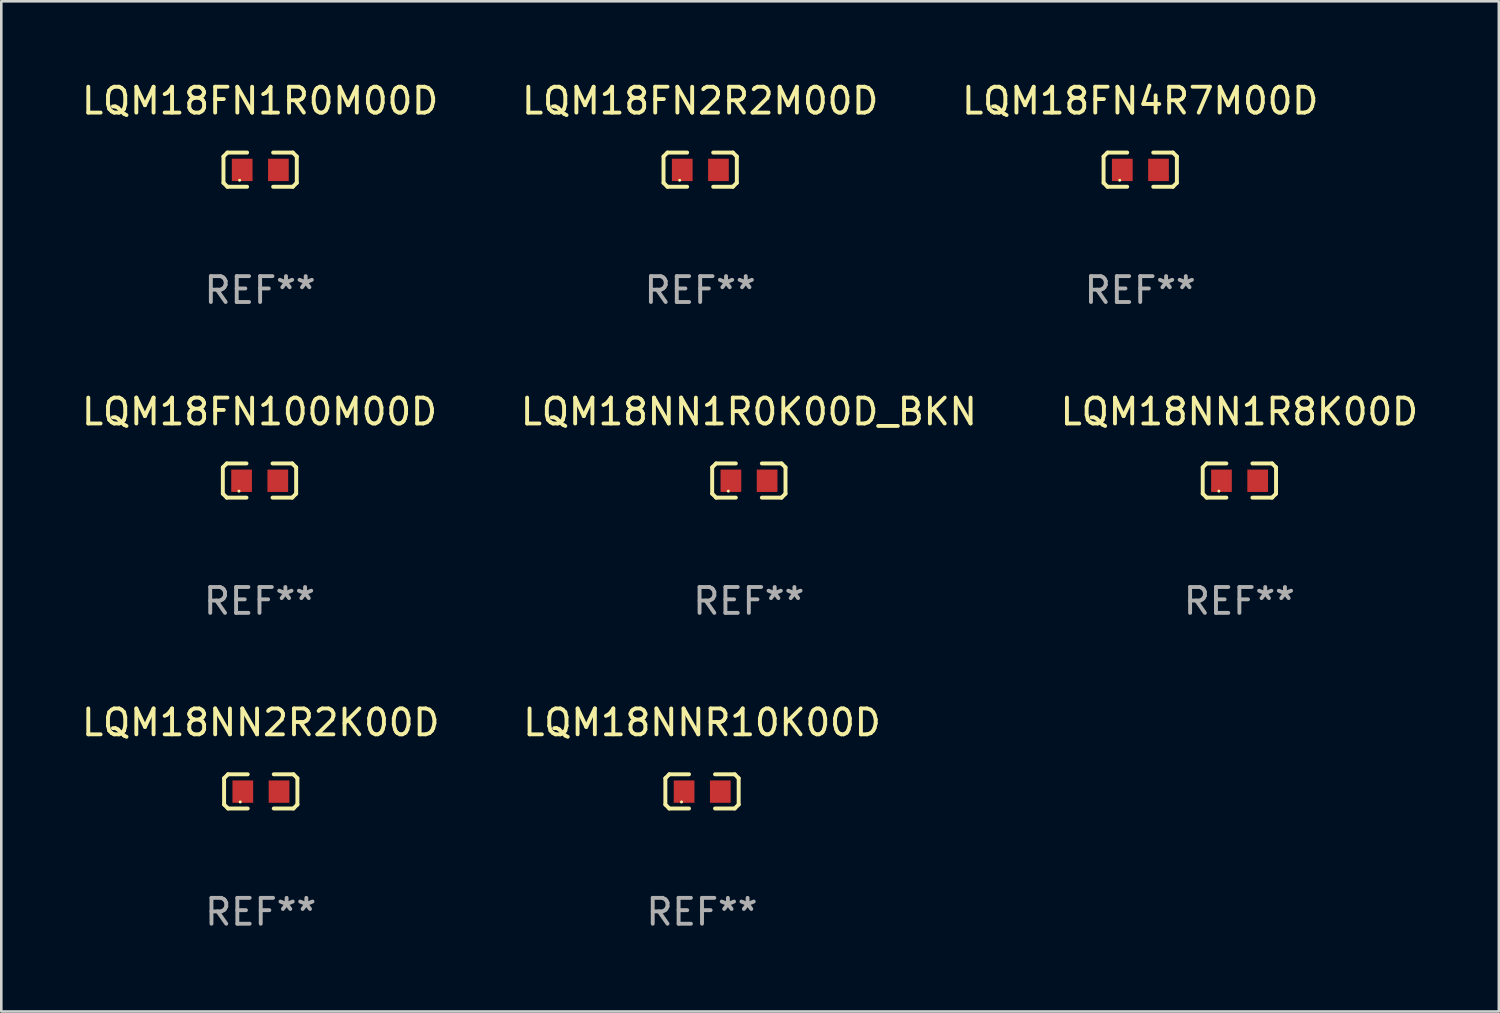
<source format=kicad_pcb>
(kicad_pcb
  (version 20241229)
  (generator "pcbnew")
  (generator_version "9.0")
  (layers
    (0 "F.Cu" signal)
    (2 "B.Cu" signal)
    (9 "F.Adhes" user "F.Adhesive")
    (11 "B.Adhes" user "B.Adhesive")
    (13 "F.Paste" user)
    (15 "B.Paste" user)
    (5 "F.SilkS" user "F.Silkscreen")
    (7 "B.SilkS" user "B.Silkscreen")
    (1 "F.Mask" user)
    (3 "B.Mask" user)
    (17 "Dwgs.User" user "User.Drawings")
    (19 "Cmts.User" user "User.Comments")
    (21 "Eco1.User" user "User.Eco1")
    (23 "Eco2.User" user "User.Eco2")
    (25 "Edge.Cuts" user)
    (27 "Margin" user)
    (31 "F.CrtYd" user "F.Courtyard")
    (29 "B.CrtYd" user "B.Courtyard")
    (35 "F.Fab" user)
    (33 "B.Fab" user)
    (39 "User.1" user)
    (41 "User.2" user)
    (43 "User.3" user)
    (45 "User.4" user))
  (footprint "LQM18NN2R2K00D"
    (layer "F.Cu")
    (at 7.03 27.544)
    (property "Reference" "LQM18NN2R2K00D" (at 0 -2.661 0) (layer "F.SilkS") (effects (font (size 1 1) (thickness 0.15))))
    (attr through_hole)
    (fp_line (start -1.417 -0.508) (end -1.265 -0.661) (stroke (width 0.152) (type solid)) (layer "F.SilkS"))
    (fp_line (start -1.417 0.508) (end -1.417 -0.508) (stroke (width 0.152) (type solid)) (layer "F.SilkS"))
    (fp_line (start -1.265 -0.661) (end -0.503 -0.661) (stroke (width 0.152) (type solid)) (layer "F.SilkS"))
    (fp_line (start -1.265 0.661) (end -1.417 0.508) (stroke (width 0.152) (type solid)) (layer "F.SilkS"))
    (fp_line (start -1.265 0.661) (end -0.503 0.661) (stroke (width 0.152) (type solid)) (layer "F.SilkS"))
    (fp_line (start 1.265 -0.661) (end 0.503 -0.661) (stroke (width 0.152) (type solid)) (layer "F.SilkS"))
    (fp_line (start 1.265 -0.661) (end 1.417 -0.508) (stroke (width 0.152) (type solid)) (layer "F.SilkS"))
    (fp_line (start 1.265 0.661) (end 0.503 0.661) (stroke (width 0.152) (type solid)) (layer "F.SilkS"))
    (fp_line (start 1.417 -0.508) (end 1.417 0.508) (stroke (width 0.152) (type solid)) (layer "F.SilkS"))
    (fp_line (start 1.417 0.508) (end 1.265 0.661) (stroke (width 0.152) (type solid)) (layer "F.SilkS"))
    (fp_circle (center -0.793 0.409) (end -0.763 0.409) (stroke (width 0.06) (type solid)) (fill no) (layer "F.SilkS"))
    (fp_text user "REF**" (at 0 4.661 0) (layer "F.Fab") (effects (font (size 1 1) (thickness 0.15))))
    (pad "1" smd rect (at -0.693 0.009 180) (size 0.8 0.864) (layers "F.Cu" "F.Mask" "F.Paste"))
    (pad "2" smd rect (at 0.707 0.009 180) (size 0.8 0.864) (layers "F.Cu" "F.Mask" "F.Paste")))
  (footprint "LQM18NN1R0K00D_BKN"
    (layer "F.Cu")
    (at 25.899 15.527)
    (property "Reference" "LQM18NN1R0K00D_BKN" (at 0 -2.661 0) (layer "F.SilkS") (effects (font (size 1 1) (thickness 0.15))))
    (attr through_hole)
    (fp_line (start -1.417 -0.508) (end -1.265 -0.661) (stroke (width 0.152) (type solid)) (layer "F.SilkS"))
    (fp_line (start -1.417 0.508) (end -1.417 -0.508) (stroke (width 0.152) (type solid)) (layer "F.SilkS"))
    (fp_line (start -1.265 -0.661) (end -0.503 -0.661) (stroke (width 0.152) (type solid)) (layer "F.SilkS"))
    (fp_line (start -1.265 0.661) (end -1.417 0.508) (stroke (width 0.152) (type solid)) (layer "F.SilkS"))
    (fp_line (start -1.265 0.661) (end -0.503 0.661) (stroke (width 0.152) (type solid)) (layer "F.SilkS"))
    (fp_line (start 1.265 -0.661) (end 0.503 -0.661) (stroke (width 0.152) (type solid)) (layer "F.SilkS"))
    (fp_line (start 1.265 -0.661) (end 1.417 -0.508) (stroke (width 0.152) (type solid)) (layer "F.SilkS"))
    (fp_line (start 1.265 0.661) (end 0.503 0.661) (stroke (width 0.152) (type solid)) (layer "F.SilkS"))
    (fp_line (start 1.417 -0.508) (end 1.417 0.508) (stroke (width 0.152) (type solid)) (layer "F.SilkS"))
    (fp_line (start 1.417 0.508) (end 1.265 0.661) (stroke (width 0.152) (type solid)) (layer "F.SilkS"))
    (fp_circle (center -0.793 0.409) (end -0.763 0.409) (stroke (width 0.06) (type solid)) (fill no) (layer "F.SilkS"))
    (fp_text user "REF**" (at 0 4.661 0) (layer "F.Fab") (effects (font (size 1 1) (thickness 0.15))))
    (pad "1" smd rect (at -0.693 0.009 180) (size 0.8 0.864) (layers "F.Cu" "F.Mask" "F.Paste"))
    (pad "2" smd rect (at 0.707 0.009 180) (size 0.8 0.864) (layers "F.Cu" "F.Mask" "F.Paste")))
  (footprint "LQM18FN4R7M00D"
    (layer "F.Cu")
    (at 41.03 3.509)
    (property "Reference" "LQM18FN4R7M00D" (at 0 -2.661 0) (layer "F.SilkS") (effects (font (size 1 1) (thickness 0.15))))
    (attr through_hole)
    (fp_line (start -1.417 -0.508) (end -1.265 -0.661) (stroke (width 0.152) (type solid)) (layer "F.SilkS"))
    (fp_line (start -1.417 0.508) (end -1.417 -0.508) (stroke (width 0.152) (type solid)) (layer "F.SilkS"))
    (fp_line (start -1.265 -0.661) (end -0.503 -0.661) (stroke (width 0.152) (type solid)) (layer "F.SilkS"))
    (fp_line (start -1.265 0.661) (end -1.417 0.508) (stroke (width 0.152) (type solid)) (layer "F.SilkS"))
    (fp_line (start -1.265 0.661) (end -0.503 0.661) (stroke (width 0.152) (type solid)) (layer "F.SilkS"))
    (fp_line (start 1.265 -0.661) (end 0.503 -0.661) (stroke (width 0.152) (type solid)) (layer "F.SilkS"))
    (fp_line (start 1.265 -0.661) (end 1.417 -0.508) (stroke (width 0.152) (type solid)) (layer "F.SilkS"))
    (fp_line (start 1.265 0.661) (end 0.503 0.661) (stroke (width 0.152) (type solid)) (layer "F.SilkS"))
    (fp_line (start 1.417 -0.508) (end 1.417 0.508) (stroke (width 0.152) (type solid)) (layer "F.SilkS"))
    (fp_line (start 1.417 0.508) (end 1.265 0.661) (stroke (width 0.152) (type solid)) (layer "F.SilkS"))
    (fp_circle (center -0.793 0.409) (end -0.763 0.409) (stroke (width 0.06) (type solid)) (fill no) (layer "F.SilkS"))
    (fp_text user "REF**" (at 0 4.661 0) (layer "F.Fab") (effects (font (size 1 1) (thickness 0.15))))
    (pad "1" smd rect (at -0.693 0.009 180) (size 0.8 0.864) (layers "F.Cu" "F.Mask" "F.Paste"))
    (pad "2" smd rect (at 0.707 0.009 180) (size 0.8 0.864) (layers "F.Cu" "F.Mask" "F.Paste")))
  (footprint "LQM18FN1R0M00D"
    (layer "F.Cu")
    (at 7.006 3.509)
    (property "Reference" "LQM18FN1R0M00D" (at 0 -2.661 0) (layer "F.SilkS") (effects (font (size 1 1) (thickness 0.15))))
    (attr through_hole)
    (fp_line (start -1.417 -0.508) (end -1.265 -0.661) (stroke (width 0.152) (type solid)) (layer "F.SilkS"))
    (fp_line (start -1.417 0.508) (end -1.417 -0.508) (stroke (width 0.152) (type solid)) (layer "F.SilkS"))
    (fp_line (start -1.265 -0.661) (end -0.503 -0.661) (stroke (width 0.152) (type solid)) (layer "F.SilkS"))
    (fp_line (start -1.265 0.661) (end -1.417 0.508) (stroke (width 0.152) (type solid)) (layer "F.SilkS"))
    (fp_line (start -1.265 0.661) (end -0.503 0.661) (stroke (width 0.152) (type solid)) (layer "F.SilkS"))
    (fp_line (start 1.265 -0.661) (end 0.503 -0.661) (stroke (width 0.152) (type solid)) (layer "F.SilkS"))
    (fp_line (start 1.265 -0.661) (end 1.417 -0.508) (stroke (width 0.152) (type solid)) (layer "F.SilkS"))
    (fp_line (start 1.265 0.661) (end 0.503 0.661) (stroke (width 0.152) (type solid)) (layer "F.SilkS"))
    (fp_line (start 1.417 -0.508) (end 1.417 0.508) (stroke (width 0.152) (type solid)) (layer "F.SilkS"))
    (fp_line (start 1.417 0.508) (end 1.265 0.661) (stroke (width 0.152) (type solid)) (layer "F.SilkS"))
    (fp_circle (center -0.793 0.409) (end -0.763 0.409) (stroke (width 0.06) (type solid)) (fill no) (layer "F.SilkS"))
    (fp_text user "REF**" (at 0 4.661 0) (layer "F.Fab") (effects (font (size 1 1) (thickness 0.15))))
    (pad "1" smd rect (at -0.693 0.009 180) (size 0.8 0.864) (layers "F.Cu" "F.Mask" "F.Paste"))
    (pad "2" smd rect (at 0.707 0.009 180) (size 0.8 0.864) (layers "F.Cu" "F.Mask" "F.Paste")))
  (footprint "LQM18FN100M00D"
    (layer "F.Cu")
    (at 6.982 15.527)
    (property "Reference" "LQM18FN100M00D" (at 0 -2.661 0) (layer "F.SilkS") (effects (font (size 1 1) (thickness 0.15))))
    (attr through_hole)
    (fp_line (start -1.417 -0.508) (end -1.265 -0.661) (stroke (width 0.152) (type solid)) (layer "F.SilkS"))
    (fp_line (start -1.417 0.508) (end -1.417 -0.508) (stroke (width 0.152) (type solid)) (layer "F.SilkS"))
    (fp_line (start -1.265 -0.661) (end -0.503 -0.661) (stroke (width 0.152) (type solid)) (layer "F.SilkS"))
    (fp_line (start -1.265 0.661) (end -1.417 0.508) (stroke (width 0.152) (type solid)) (layer "F.SilkS"))
    (fp_line (start -1.265 0.661) (end -0.503 0.661) (stroke (width 0.152) (type solid)) (layer "F.SilkS"))
    (fp_line (start 1.265 -0.661) (end 0.503 -0.661) (stroke (width 0.152) (type solid)) (layer "F.SilkS"))
    (fp_line (start 1.265 -0.661) (end 1.417 -0.508) (stroke (width 0.152) (type solid)) (layer "F.SilkS"))
    (fp_line (start 1.265 0.661) (end 0.503 0.661) (stroke (width 0.152) (type solid)) (layer "F.SilkS"))
    (fp_line (start 1.417 -0.508) (end 1.417 0.508) (stroke (width 0.152) (type solid)) (layer "F.SilkS"))
    (fp_line (start 1.417 0.508) (end 1.265 0.661) (stroke (width 0.152) (type solid)) (layer "F.SilkS"))
    (fp_circle (center -0.793 0.409) (end -0.763 0.409) (stroke (width 0.06) (type solid)) (fill no) (layer "F.SilkS"))
    (fp_text user "REF**" (at 0 4.661 0) (layer "F.Fab") (effects (font (size 1 1) (thickness 0.15))))
    (pad "1" smd rect (at -0.693 0.009 180) (size 0.8 0.864) (layers "F.Cu" "F.Mask" "F.Paste"))
    (pad "2" smd rect (at 0.707 0.009 180) (size 0.8 0.864) (layers "F.Cu" "F.Mask" "F.Paste")))
  (footprint "LQM18FN2R2M00D"
    (layer "F.Cu")
    (at 24.018 3.509)
    (property "Reference" "LQM18FN2R2M00D" (at 0 -2.661 0) (layer "F.SilkS") (effects (font (size 1 1) (thickness 0.15))))
    (attr through_hole)
    (fp_line (start -1.417 -0.508) (end -1.265 -0.661) (stroke (width 0.152) (type solid)) (layer "F.SilkS"))
    (fp_line (start -1.417 0.508) (end -1.417 -0.508) (stroke (width 0.152) (type solid)) (layer "F.SilkS"))
    (fp_line (start -1.265 -0.661) (end -0.503 -0.661) (stroke (width 0.152) (type solid)) (layer "F.SilkS"))
    (fp_line (start -1.265 0.661) (end -1.417 0.508) (stroke (width 0.152) (type solid)) (layer "F.SilkS"))
    (fp_line (start -1.265 0.661) (end -0.503 0.661) (stroke (width 0.152) (type solid)) (layer "F.SilkS"))
    (fp_line (start 1.265 -0.661) (end 0.503 -0.661) (stroke (width 0.152) (type solid)) (layer "F.SilkS"))
    (fp_line (start 1.265 -0.661) (end 1.417 -0.508) (stroke (width 0.152) (type solid)) (layer "F.SilkS"))
    (fp_line (start 1.265 0.661) (end 0.503 0.661) (stroke (width 0.152) (type solid)) (layer "F.SilkS"))
    (fp_line (start 1.417 -0.508) (end 1.417 0.508) (stroke (width 0.152) (type solid)) (layer "F.SilkS"))
    (fp_line (start 1.417 0.508) (end 1.265 0.661) (stroke (width 0.152) (type solid)) (layer "F.SilkS"))
    (fp_circle (center -0.793 0.409) (end -0.763 0.409) (stroke (width 0.06) (type solid)) (fill no) (layer "F.SilkS"))
    (fp_text user "REF**" (at 0 4.661 0) (layer "F.Fab") (effects (font (size 1 1) (thickness 0.15))))
    (pad "1" smd rect (at -0.693 0.009 180) (size 0.8 0.864) (layers "F.Cu" "F.Mask" "F.Paste"))
    (pad "2" smd rect (at 0.707 0.009 180) (size 0.8 0.864) (layers "F.Cu" "F.Mask" "F.Paste")))
  (footprint "LQM18NNR10K00D"
    (layer "F.Cu")
    (at 24.089 27.544)
    (property "Reference" "LQM18NNR10K00D" (at 0 -2.661 0) (layer "F.SilkS") (effects (font (size 1 1) (thickness 0.15))))
    (attr through_hole)
    (fp_line (start -1.417 -0.508) (end -1.265 -0.661) (stroke (width 0.152) (type solid)) (layer "F.SilkS"))
    (fp_line (start -1.417 0.508) (end -1.417 -0.508) (stroke (width 0.152) (type solid)) (layer "F.SilkS"))
    (fp_line (start -1.265 -0.661) (end -0.503 -0.661) (stroke (width 0.152) (type solid)) (layer "F.SilkS"))
    (fp_line (start -1.265 0.661) (end -1.417 0.508) (stroke (width 0.152) (type solid)) (layer "F.SilkS"))
    (fp_line (start -1.265 0.661) (end -0.503 0.661) (stroke (width 0.152) (type solid)) (layer "F.SilkS"))
    (fp_line (start 1.265 -0.661) (end 0.503 -0.661) (stroke (width 0.152) (type solid)) (layer "F.SilkS"))
    (fp_line (start 1.265 -0.661) (end 1.417 -0.508) (stroke (width 0.152) (type solid)) (layer "F.SilkS"))
    (fp_line (start 1.265 0.661) (end 0.503 0.661) (stroke (width 0.152) (type solid)) (layer "F.SilkS"))
    (fp_line (start 1.417 -0.508) (end 1.417 0.508) (stroke (width 0.152) (type solid)) (layer "F.SilkS"))
    (fp_line (start 1.417 0.508) (end 1.265 0.661) (stroke (width 0.152) (type solid)) (layer "F.SilkS"))
    (fp_circle (center -0.793 0.409) (end -0.763 0.409) (stroke (width 0.06) (type solid)) (fill no) (layer "F.SilkS"))
    (fp_text user "REF**" (at 0 4.661 0) (layer "F.Fab") (effects (font (size 1 1) (thickness 0.15))))
    (pad "1" smd rect (at -0.693 0.009 180) (size 0.8 0.864) (layers "F.Cu" "F.Mask" "F.Paste"))
    (pad "2" smd rect (at 0.707 0.009 180) (size 0.8 0.864) (layers "F.Cu" "F.Mask" "F.Paste")))
  (footprint "LQM18NN1R8K00D"
    (layer "F.Cu")
    (at 44.863 15.527)
    (property "Reference" "LQM18NN1R8K00D" (at 0 -2.661 0) (layer "F.SilkS") (effects (font (size 1 1) (thickness 0.15))))
    (attr through_hole)
    (fp_line (start -1.417 -0.508) (end -1.265 -0.661) (stroke (width 0.152) (type solid)) (layer "F.SilkS"))
    (fp_line (start -1.417 0.508) (end -1.417 -0.508) (stroke (width 0.152) (type solid)) (layer "F.SilkS"))
    (fp_line (start -1.265 -0.661) (end -0.503 -0.661) (stroke (width 0.152) (type solid)) (layer "F.SilkS"))
    (fp_line (start -1.265 0.661) (end -1.417 0.508) (stroke (width 0.152) (type solid)) (layer "F.SilkS"))
    (fp_line (start -1.265 0.661) (end -0.503 0.661) (stroke (width 0.152) (type solid)) (layer "F.SilkS"))
    (fp_line (start 1.265 -0.661) (end 0.503 -0.661) (stroke (width 0.152) (type solid)) (layer "F.SilkS"))
    (fp_line (start 1.265 -0.661) (end 1.417 -0.508) (stroke (width 0.152) (type solid)) (layer "F.SilkS"))
    (fp_line (start 1.265 0.661) (end 0.503 0.661) (stroke (width 0.152) (type solid)) (layer "F.SilkS"))
    (fp_line (start 1.417 -0.508) (end 1.417 0.508) (stroke (width 0.152) (type solid)) (layer "F.SilkS"))
    (fp_line (start 1.417 0.508) (end 1.265 0.661) (stroke (width 0.152) (type solid)) (layer "F.SilkS"))
    (fp_circle (center -0.793 0.409) (end -0.763 0.409) (stroke (width 0.06) (type solid)) (fill no) (layer "F.SilkS"))
    (fp_text user "REF**" (at 0 4.661 0) (layer "F.Fab") (effects (font (size 1 1) (thickness 0.15))))
    (pad "1" smd rect (at -0.693 0.009 180) (size 0.8 0.864) (layers "F.Cu" "F.Mask" "F.Paste"))
    (pad "2" smd rect (at 0.707 0.009 180) (size 0.8 0.864) (layers "F.Cu" "F.Mask" "F.Paste")))
  (gr_rect
    (start -3 -3)
    (end 54.893 36.053)
    (stroke (width 0.1) (type default))
    (fill no)
    (layer "Edge.Cuts")))
</source>
